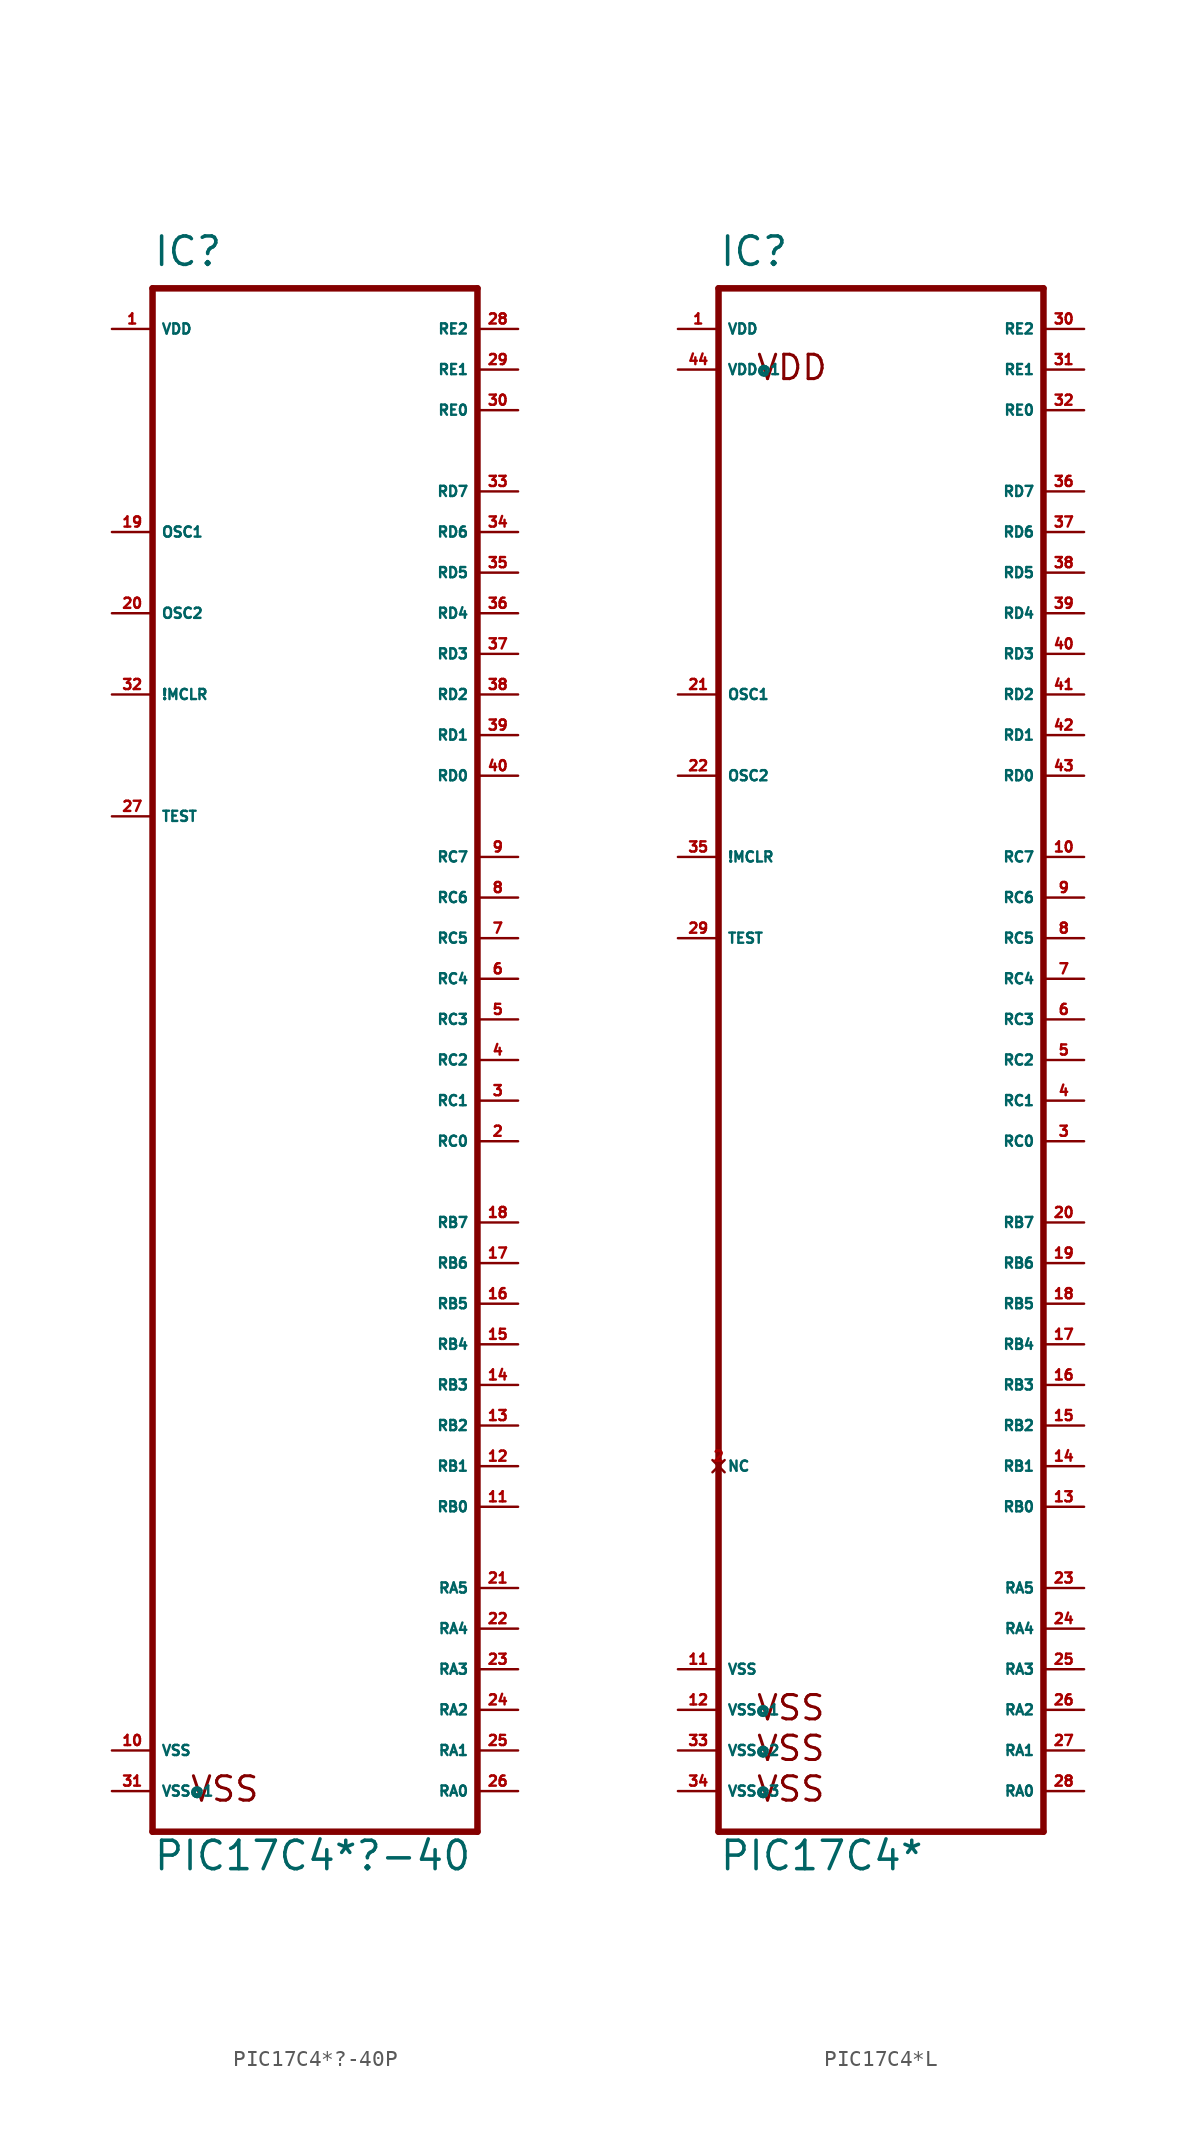
<source format=kicad_sym>
(kicad_symbol_lib
  (version 20220914)
  (generator Eagle2Kicad)
  (symbol "PIC17C4*?-40P"
    (property "Reference" "IC"
      (at -10.16 49.53 0)
      (effects (font (size 1.778 1.778) (thickness 0.22)) (justify left bottom)))
    (property "Value" "PIC17C4*?-40"
      (at -10.16 -50.8 0)
      (effects (font (size 1.778 1.778) (thickness 0.22)) (justify left bottom)))
    (polyline
      (pts (xy -10.16 -48.26) (xy 10.16 -48.26))
      (stroke (width 0.406) (type default))
      (fill (type none)))
    (polyline
      (pts (xy 10.16 -48.26) (xy 10.16 48.26))
      (stroke (width 0.406) (type default))
      (fill (type none)))
    (polyline
      (pts (xy 10.16 48.26) (xy -10.16 48.26))
      (stroke (width 0.406) (type default))
      (fill (type none)))
    (polyline
      (pts (xy -10.16 48.26) (xy -10.16 -48.26))
      (stroke (width 0.406) (type default))
      (fill (type none)))
    (text "VSS"
      (at -7.874 -46.482 0)
      (effects (font (size 1.524 1.524) (thickness 0.19)) (justify left bottom)))
    (pin input line
      (at -12.7 22.86 0)
      (length 2.54)
      (name "!MCLR" (effects (font (size 0.635 0.635) (thickness 0.08)) (justify left bottom)))
      (number "32" (effects (font (size 0.635 0.635) (thickness 0.08)) (justify left bottom))))
    (pin input line
      (at -12.7 33.02 0)
      (length 2.54)
      (name "OSC1" (effects (font (size 0.635 0.635) (thickness 0.08)) (justify left bottom)))
      (number "19" (effects (font (size 0.635 0.635) (thickness 0.08)) (justify left bottom))))
    (pin bidirectional line
      (at 12.7 -45.72 180)
      (length 2.54)
      (name "RA0" (effects (font (size 0.635 0.635) (thickness 0.08)) (justify left bottom)))
      (number "26" (effects (font (size 0.635 0.635) (thickness 0.08)) (justify left bottom))))
    (pin bidirectional line
      (at 12.7 -43.18 180)
      (length 2.54)
      (name "RA1" (effects (font (size 0.635 0.635) (thickness 0.08)) (justify left bottom)))
      (number "25" (effects (font (size 0.635 0.635) (thickness 0.08)) (justify left bottom))))
    (pin bidirectional line
      (at 12.7 -40.64 180)
      (length 2.54)
      (name "RA2" (effects (font (size 0.635 0.635) (thickness 0.08)) (justify left bottom)))
      (number "24" (effects (font (size 0.635 0.635) (thickness 0.08)) (justify left bottom))))
    (pin bidirectional line
      (at 12.7 -38.1 180)
      (length 2.54)
      (name "RA3" (effects (font (size 0.635 0.635) (thickness 0.08)) (justify left bottom)))
      (number "23" (effects (font (size 0.635 0.635) (thickness 0.08)) (justify left bottom))))
    (pin bidirectional line
      (at 12.7 -35.56 180)
      (length 2.54)
      (name "RA4" (effects (font (size 0.635 0.635) (thickness 0.08)) (justify left bottom)))
      (number "22" (effects (font (size 0.635 0.635) (thickness 0.08)) (justify left bottom))))
    (pin bidirectional line
      (at 12.7 -33.02 180)
      (length 2.54)
      (name "RA5" (effects (font (size 0.635 0.635) (thickness 0.08)) (justify left bottom)))
      (number "21" (effects (font (size 0.635 0.635) (thickness 0.08)) (justify left bottom))))
    (pin bidirectional line
      (at 12.7 -27.94 180)
      (length 2.54)
      (name "RB0" (effects (font (size 0.635 0.635) (thickness 0.08)) (justify left bottom)))
      (number "11" (effects (font (size 0.635 0.635) (thickness 0.08)) (justify left bottom))))
    (pin bidirectional line
      (at 12.7 -25.4 180)
      (length 2.54)
      (name "RB1" (effects (font (size 0.635 0.635) (thickness 0.08)) (justify left bottom)))
      (number "12" (effects (font (size 0.635 0.635) (thickness 0.08)) (justify left bottom))))
    (pin bidirectional line
      (at 12.7 -22.86 180)
      (length 2.54)
      (name "RB2" (effects (font (size 0.635 0.635) (thickness 0.08)) (justify left bottom)))
      (number "13" (effects (font (size 0.635 0.635) (thickness 0.08)) (justify left bottom))))
    (pin bidirectional line
      (at 12.7 -20.32 180)
      (length 2.54)
      (name "RB3" (effects (font (size 0.635 0.635) (thickness 0.08)) (justify left bottom)))
      (number "14" (effects (font (size 0.635 0.635) (thickness 0.08)) (justify left bottom))))
    (pin bidirectional line
      (at 12.7 -17.78 180)
      (length 2.54)
      (name "RB4" (effects (font (size 0.635 0.635) (thickness 0.08)) (justify left bottom)))
      (number "15" (effects (font (size 0.635 0.635) (thickness 0.08)) (justify left bottom))))
    (pin bidirectional line
      (at 12.7 -15.24 180)
      (length 2.54)
      (name "RB5" (effects (font (size 0.635 0.635) (thickness 0.08)) (justify left bottom)))
      (number "16" (effects (font (size 0.635 0.635) (thickness 0.08)) (justify left bottom))))
    (pin bidirectional line
      (at 12.7 -12.7 180)
      (length 2.54)
      (name "RB6" (effects (font (size 0.635 0.635) (thickness 0.08)) (justify left bottom)))
      (number "17" (effects (font (size 0.635 0.635) (thickness 0.08)) (justify left bottom))))
    (pin output line
      (at 12.7 -5.08 180)
      (length 2.54)
      (name "RC0" (effects (font (size 0.635 0.635) (thickness 0.08)) (justify left bottom)))
      (number "2" (effects (font (size 0.635 0.635) (thickness 0.08)) (justify left bottom))))
    (pin output line
      (at 12.7 -2.54 180)
      (length 2.54)
      (name "RC1" (effects (font (size 0.635 0.635) (thickness 0.08)) (justify left bottom)))
      (number "3" (effects (font (size 0.635 0.635) (thickness 0.08)) (justify left bottom))))
    (pin output line
      (at 12.7 0 180)
      (length 2.54)
      (name "RC2" (effects (font (size 0.635 0.635) (thickness 0.08)) (justify left bottom)))
      (number "4" (effects (font (size 0.635 0.635) (thickness 0.08)) (justify left bottom))))
    (pin output line
      (at 12.7 2.54 180)
      (length 2.54)
      (name "RC3" (effects (font (size 0.635 0.635) (thickness 0.08)) (justify left bottom)))
      (number "5" (effects (font (size 0.635 0.635) (thickness 0.08)) (justify left bottom))))
    (pin output line
      (at 12.7 5.08 180)
      (length 2.54)
      (name "RC4" (effects (font (size 0.635 0.635) (thickness 0.08)) (justify left bottom)))
      (number "6" (effects (font (size 0.635 0.635) (thickness 0.08)) (justify left bottom))))
    (pin output line
      (at 12.7 7.62 180)
      (length 2.54)
      (name "RC5" (effects (font (size 0.635 0.635) (thickness 0.08)) (justify left bottom)))
      (number "7" (effects (font (size 0.635 0.635) (thickness 0.08)) (justify left bottom))))
    (pin output line
      (at 12.7 10.16 180)
      (length 2.54)
      (name "RC6" (effects (font (size 0.635 0.635) (thickness 0.08)) (justify left bottom)))
      (number "8" (effects (font (size 0.635 0.635) (thickness 0.08)) (justify left bottom))))
    (pin output line
      (at 12.7 12.7 180)
      (length 2.54)
      (name "RC7" (effects (font (size 0.635 0.635) (thickness 0.08)) (justify left bottom)))
      (number "9" (effects (font (size 0.635 0.635) (thickness 0.08)) (justify left bottom))))
    (pin bidirectional line
      (at 12.7 -10.16 180)
      (length 2.54)
      (name "RB7" (effects (font (size 0.635 0.635) (thickness 0.08)) (justify left bottom)))
      (number "18" (effects (font (size 0.635 0.635) (thickness 0.08)) (justify left bottom))))
    (pin bidirectional line
      (at 12.7 17.78 180)
      (length 2.54)
      (name "RD0" (effects (font (size 0.635 0.635) (thickness 0.08)) (justify left bottom)))
      (number "40" (effects (font (size 0.635 0.635) (thickness 0.08)) (justify left bottom))))
    (pin bidirectional line
      (at 12.7 20.32 180)
      (length 2.54)
      (name "RD1" (effects (font (size 0.635 0.635) (thickness 0.08)) (justify left bottom)))
      (number "39" (effects (font (size 0.635 0.635) (thickness 0.08)) (justify left bottom))))
    (pin bidirectional line
      (at 12.7 22.86 180)
      (length 2.54)
      (name "RD2" (effects (font (size 0.635 0.635) (thickness 0.08)) (justify left bottom)))
      (number "38" (effects (font (size 0.635 0.635) (thickness 0.08)) (justify left bottom))))
    (pin bidirectional line
      (at 12.7 25.4 180)
      (length 2.54)
      (name "RD3" (effects (font (size 0.635 0.635) (thickness 0.08)) (justify left bottom)))
      (number "37" (effects (font (size 0.635 0.635) (thickness 0.08)) (justify left bottom))))
    (pin bidirectional line
      (at 12.7 27.94 180)
      (length 2.54)
      (name "RD4" (effects (font (size 0.635 0.635) (thickness 0.08)) (justify left bottom)))
      (number "36" (effects (font (size 0.635 0.635) (thickness 0.08)) (justify left bottom))))
    (pin bidirectional line
      (at 12.7 30.48 180)
      (length 2.54)
      (name "RD5" (effects (font (size 0.635 0.635) (thickness 0.08)) (justify left bottom)))
      (number "35" (effects (font (size 0.635 0.635) (thickness 0.08)) (justify left bottom))))
    (pin bidirectional line
      (at 12.7 33.02 180)
      (length 2.54)
      (name "RD6" (effects (font (size 0.635 0.635) (thickness 0.08)) (justify left bottom)))
      (number "34" (effects (font (size 0.635 0.635) (thickness 0.08)) (justify left bottom))))
    (pin bidirectional line
      (at 12.7 35.56 180)
      (length 2.54)
      (name "RD7" (effects (font (size 0.635 0.635) (thickness 0.08)) (justify left bottom)))
      (number "33" (effects (font (size 0.635 0.635) (thickness 0.08)) (justify left bottom))))
    (pin output line
      (at -12.7 27.94 0)
      (length 2.54)
      (name "OSC2" (effects (font (size 0.635 0.635) (thickness 0.08)) (justify left bottom)))
      (number "20" (effects (font (size 0.635 0.635) (thickness 0.08)) (justify left bottom))))
    (pin unspecified line
      (at -12.7 -45.72 0)
      (length 2.54)
      (name "VSS@1" (effects (font (size 0.635 0.635) (thickness 0.08)) (justify left bottom)))
      (number "31" (effects (font (size 0.635 0.635) (thickness 0.08)) (justify left bottom))))
    (pin unspecified line
      (at -12.7 -43.18 0)
      (length 2.54)
      (name "VSS" (effects (font (size 0.635 0.635) (thickness 0.08)) (justify left bottom)))
      (number "10" (effects (font (size 0.635 0.635) (thickness 0.08)) (justify left bottom))))
    (pin input line
      (at -12.7 15.24 0)
      (length 2.54)
      (name "TEST" (effects (font (size 0.635 0.635) (thickness 0.08)) (justify left bottom)))
      (number "27" (effects (font (size 0.635 0.635) (thickness 0.08)) (justify left bottom))))
    (pin unspecified line
      (at -12.7 45.72 0)
      (length 2.54)
      (name "VDD" (effects (font (size 0.635 0.635) (thickness 0.08)) (justify left bottom)))
      (number "1" (effects (font (size 0.635 0.635) (thickness 0.08)) (justify left bottom))))
    (pin bidirectional line
      (at 12.7 40.64 180)
      (length 2.54)
      (name "RE0" (effects (font (size 0.635 0.635) (thickness 0.08)) (justify left bottom)))
      (number "30" (effects (font (size 0.635 0.635) (thickness 0.08)) (justify left bottom))))
    (pin bidirectional line
      (at 12.7 43.18 180)
      (length 2.54)
      (name "RE1" (effects (font (size 0.635 0.635) (thickness 0.08)) (justify left bottom)))
      (number "29" (effects (font (size 0.635 0.635) (thickness 0.08)) (justify left bottom))))
    (pin bidirectional line
      (at 12.7 45.72 180)
      (length 2.54)
      (name "RE2" (effects (font (size 0.635 0.635) (thickness 0.08)) (justify left bottom)))
      (number "28" (effects (font (size 0.635 0.635) (thickness 0.08)) (justify left bottom)))))
  (symbol "PIC17C4*L"
    (property "Reference" "IC"
      (at -10.16 44.45 0)
      (effects (font (size 1.778 1.778) (thickness 0.22)) (justify left bottom)))
    (property "Value" "PIC17C4*"
      (at -10.16 -55.88 0)
      (effects (font (size 1.778 1.778) (thickness 0.22)) (justify left bottom)))
    (polyline
      (pts (xy -10.16 -53.34) (xy 10.16 -53.34))
      (stroke (width 0.406) (type default))
      (fill (type none)))
    (polyline
      (pts (xy 10.16 -53.34) (xy 10.16 43.18))
      (stroke (width 0.406) (type default))
      (fill (type none)))
    (polyline
      (pts (xy 10.16 43.18) (xy -10.16 43.18))
      (stroke (width 0.406) (type default))
      (fill (type none)))
    (polyline
      (pts (xy -10.16 43.18) (xy -10.16 -53.34))
      (stroke (width 0.406) (type default))
      (fill (type none)))
    (text "VDD"
      (at -7.874 37.338 0)
      (effects (font (size 1.524 1.524) (thickness 0.19)) (justify left bottom)))
    (text "VSS "
      (at -7.874 -46.482 0)
      (effects (font (size 1.524 1.524) (thickness 0.19)) (justify left bottom)))
    (text "VSS  "
      (at -7.874 -49.022 0)
      (effects (font (size 1.524 1.524) (thickness 0.19)) (justify left bottom)))
    (text "VSS   "
      (at -7.874 -51.562 0)
      (effects (font (size 1.524 1.524) (thickness 0.19)) (justify left bottom)))
    (pin input line
      (at -12.7 7.62 0)
      (length 2.54)
      (name "!MCLR" (effects (font (size 0.635 0.635) (thickness 0.08)) (justify left bottom)))
      (number "35" (effects (font (size 0.635 0.635) (thickness 0.08)) (justify left bottom))))
    (pin input line
      (at -12.7 17.78 0)
      (length 2.54)
      (name "OSC1" (effects (font (size 0.635 0.635) (thickness 0.08)) (justify left bottom)))
      (number "21" (effects (font (size 0.635 0.635) (thickness 0.08)) (justify left bottom))))
    (pin bidirectional line
      (at 12.7 -50.8 180)
      (length 2.54)
      (name "RA0" (effects (font (size 0.635 0.635) (thickness 0.08)) (justify left bottom)))
      (number "28" (effects (font (size 0.635 0.635) (thickness 0.08)) (justify left bottom))))
    (pin bidirectional line
      (at 12.7 -48.26 180)
      (length 2.54)
      (name "RA1" (effects (font (size 0.635 0.635) (thickness 0.08)) (justify left bottom)))
      (number "27" (effects (font (size 0.635 0.635) (thickness 0.08)) (justify left bottom))))
    (pin bidirectional line
      (at 12.7 -45.72 180)
      (length 2.54)
      (name "RA2" (effects (font (size 0.635 0.635) (thickness 0.08)) (justify left bottom)))
      (number "26" (effects (font (size 0.635 0.635) (thickness 0.08)) (justify left bottom))))
    (pin bidirectional line
      (at 12.7 -43.18 180)
      (length 2.54)
      (name "RA3" (effects (font (size 0.635 0.635) (thickness 0.08)) (justify left bottom)))
      (number "25" (effects (font (size 0.635 0.635) (thickness 0.08)) (justify left bottom))))
    (pin bidirectional line
      (at 12.7 -40.64 180)
      (length 2.54)
      (name "RA4" (effects (font (size 0.635 0.635) (thickness 0.08)) (justify left bottom)))
      (number "24" (effects (font (size 0.635 0.635) (thickness 0.08)) (justify left bottom))))
    (pin bidirectional line
      (at 12.7 -38.1 180)
      (length 2.54)
      (name "RA5" (effects (font (size 0.635 0.635) (thickness 0.08)) (justify left bottom)))
      (number "23" (effects (font (size 0.635 0.635) (thickness 0.08)) (justify left bottom))))
    (pin bidirectional line
      (at 12.7 -33.02 180)
      (length 2.54)
      (name "RB0" (effects (font (size 0.635 0.635) (thickness 0.08)) (justify left bottom)))
      (number "13" (effects (font (size 0.635 0.635) (thickness 0.08)) (justify left bottom))))
    (pin bidirectional line
      (at 12.7 -30.48 180)
      (length 2.54)
      (name "RB1" (effects (font (size 0.635 0.635) (thickness 0.08)) (justify left bottom)))
      (number "14" (effects (font (size 0.635 0.635) (thickness 0.08)) (justify left bottom))))
    (pin bidirectional line
      (at 12.7 -27.94 180)
      (length 2.54)
      (name "RB2" (effects (font (size 0.635 0.635) (thickness 0.08)) (justify left bottom)))
      (number "15" (effects (font (size 0.635 0.635) (thickness 0.08)) (justify left bottom))))
    (pin bidirectional line
      (at 12.7 -25.4 180)
      (length 2.54)
      (name "RB3" (effects (font (size 0.635 0.635) (thickness 0.08)) (justify left bottom)))
      (number "16" (effects (font (size 0.635 0.635) (thickness 0.08)) (justify left bottom))))
    (pin bidirectional line
      (at 12.7 -22.86 180)
      (length 2.54)
      (name "RB4" (effects (font (size 0.635 0.635) (thickness 0.08)) (justify left bottom)))
      (number "17" (effects (font (size 0.635 0.635) (thickness 0.08)) (justify left bottom))))
    (pin bidirectional line
      (at 12.7 -20.32 180)
      (length 2.54)
      (name "RB5" (effects (font (size 0.635 0.635) (thickness 0.08)) (justify left bottom)))
      (number "18" (effects (font (size 0.635 0.635) (thickness 0.08)) (justify left bottom))))
    (pin bidirectional line
      (at 12.7 -17.78 180)
      (length 2.54)
      (name "RB6" (effects (font (size 0.635 0.635) (thickness 0.08)) (justify left bottom)))
      (number "19" (effects (font (size 0.635 0.635) (thickness 0.08)) (justify left bottom))))
    (pin bidirectional line
      (at 12.7 -10.16 180)
      (length 2.54)
      (name "RC0" (effects (font (size 0.635 0.635) (thickness 0.08)) (justify left bottom)))
      (number "3" (effects (font (size 0.635 0.635) (thickness 0.08)) (justify left bottom))))
    (pin bidirectional line
      (at 12.7 -7.62 180)
      (length 2.54)
      (name "RC1" (effects (font (size 0.635 0.635) (thickness 0.08)) (justify left bottom)))
      (number "4" (effects (font (size 0.635 0.635) (thickness 0.08)) (justify left bottom))))
    (pin bidirectional line
      (at 12.7 -5.08 180)
      (length 2.54)
      (name "RC2" (effects (font (size 0.635 0.635) (thickness 0.08)) (justify left bottom)))
      (number "5" (effects (font (size 0.635 0.635) (thickness 0.08)) (justify left bottom))))
    (pin bidirectional line
      (at 12.7 -2.54 180)
      (length 2.54)
      (name "RC3" (effects (font (size 0.635 0.635) (thickness 0.08)) (justify left bottom)))
      (number "6" (effects (font (size 0.635 0.635) (thickness 0.08)) (justify left bottom))))
    (pin bidirectional line
      (at 12.7 0 180)
      (length 2.54)
      (name "RC4" (effects (font (size 0.635 0.635) (thickness 0.08)) (justify left bottom)))
      (number "7" (effects (font (size 0.635 0.635) (thickness 0.08)) (justify left bottom))))
    (pin bidirectional line
      (at 12.7 2.54 180)
      (length 2.54)
      (name "RC5" (effects (font (size 0.635 0.635) (thickness 0.08)) (justify left bottom)))
      (number "8" (effects (font (size 0.635 0.635) (thickness 0.08)) (justify left bottom))))
    (pin bidirectional line
      (at 12.7 5.08 180)
      (length 2.54)
      (name "RC6" (effects (font (size 0.635 0.635) (thickness 0.08)) (justify left bottom)))
      (number "9" (effects (font (size 0.635 0.635) (thickness 0.08)) (justify left bottom))))
    (pin bidirectional line
      (at 12.7 7.62 180)
      (length 2.54)
      (name "RC7" (effects (font (size 0.635 0.635) (thickness 0.08)) (justify left bottom)))
      (number "10" (effects (font (size 0.635 0.635) (thickness 0.08)) (justify left bottom))))
    (pin bidirectional line
      (at 12.7 -15.24 180)
      (length 2.54)
      (name "RB7" (effects (font (size 0.635 0.635) (thickness 0.08)) (justify left bottom)))
      (number "20" (effects (font (size 0.635 0.635) (thickness 0.08)) (justify left bottom))))
    (pin bidirectional line
      (at 12.7 12.7 180)
      (length 2.54)
      (name "RD0" (effects (font (size 0.635 0.635) (thickness 0.08)) (justify left bottom)))
      (number "43" (effects (font (size 0.635 0.635) (thickness 0.08)) (justify left bottom))))
    (pin bidirectional line
      (at 12.7 15.24 180)
      (length 2.54)
      (name "RD1" (effects (font (size 0.635 0.635) (thickness 0.08)) (justify left bottom)))
      (number "42" (effects (font (size 0.635 0.635) (thickness 0.08)) (justify left bottom))))
    (pin bidirectional line
      (at 12.7 17.78 180)
      (length 2.54)
      (name "RD2" (effects (font (size 0.635 0.635) (thickness 0.08)) (justify left bottom)))
      (number "41" (effects (font (size 0.635 0.635) (thickness 0.08)) (justify left bottom))))
    (pin bidirectional line
      (at 12.7 20.32 180)
      (length 2.54)
      (name "RD3" (effects (font (size 0.635 0.635) (thickness 0.08)) (justify left bottom)))
      (number "40" (effects (font (size 0.635 0.635) (thickness 0.08)) (justify left bottom))))
    (pin bidirectional line
      (at 12.7 22.86 180)
      (length 2.54)
      (name "RD4" (effects (font (size 0.635 0.635) (thickness 0.08)) (justify left bottom)))
      (number "39" (effects (font (size 0.635 0.635) (thickness 0.08)) (justify left bottom))))
    (pin bidirectional line
      (at 12.7 25.4 180)
      (length 2.54)
      (name "RD5" (effects (font (size 0.635 0.635) (thickness 0.08)) (justify left bottom)))
      (number "38" (effects (font (size 0.635 0.635) (thickness 0.08)) (justify left bottom))))
    (pin bidirectional line
      (at 12.7 27.94 180)
      (length 2.54)
      (name "RD6" (effects (font (size 0.635 0.635) (thickness 0.08)) (justify left bottom)))
      (number "37" (effects (font (size 0.635 0.635) (thickness 0.08)) (justify left bottom))))
    (pin bidirectional line
      (at 12.7 30.48 180)
      (length 2.54)
      (name "RD7" (effects (font (size 0.635 0.635) (thickness 0.08)) (justify left bottom)))
      (number "36" (effects (font (size 0.635 0.635) (thickness 0.08)) (justify left bottom))))
    (pin output line
      (at -12.7 12.7 0)
      (length 2.54)
      (name "OSC2" (effects (font (size 0.635 0.635) (thickness 0.08)) (justify left bottom)))
      (number "22" (effects (font (size 0.635 0.635) (thickness 0.08)) (justify left bottom))))
    (pin unspecified line
      (at -12.7 -45.72 0)
      (length 2.54)
      (name "VSS@1" (effects (font (size 0.635 0.635) (thickness 0.08)) (justify left bottom)))
      (number "12" (effects (font (size 0.635 0.635) (thickness 0.08)) (justify left bottom))))
    (pin unspecified line
      (at -12.7 -43.18 0)
      (length 2.54)
      (name "VSS" (effects (font (size 0.635 0.635) (thickness 0.08)) (justify left bottom)))
      (number "11" (effects (font (size 0.635 0.635) (thickness 0.08)) (justify left bottom))))
    (pin input line
      (at -12.7 2.54 0)
      (length 2.54)
      (name "TEST" (effects (font (size 0.635 0.635) (thickness 0.08)) (justify left bottom)))
      (number "29" (effects (font (size 0.635 0.635) (thickness 0.08)) (justify left bottom))))
    (pin unspecified line
      (at -12.7 40.64 0)
      (length 2.54)
      (name "VDD" (effects (font (size 0.635 0.635) (thickness 0.08)) (justify left bottom)))
      (number "1" (effects (font (size 0.635 0.635) (thickness 0.08)) (justify left bottom))))
    (pin bidirectional line
      (at 12.7 35.56 180)
      (length 2.54)
      (name "RE0" (effects (font (size 0.635 0.635) (thickness 0.08)) (justify left bottom)))
      (number "32" (effects (font (size 0.635 0.635) (thickness 0.08)) (justify left bottom))))
    (pin bidirectional line
      (at 12.7 38.1 180)
      (length 2.54)
      (name "RE1" (effects (font (size 0.635 0.635) (thickness 0.08)) (justify left bottom)))
      (number "31" (effects (font (size 0.635 0.635) (thickness 0.08)) (justify left bottom))))
    (pin bidirectional line
      (at 12.7 40.64 180)
      (length 2.54)
      (name "RE2" (effects (font (size 0.635 0.635) (thickness 0.08)) (justify left bottom)))
      (number "30" (effects (font (size 0.635 0.635) (thickness 0.08)) (justify left bottom))))
    (pin unspecified line
      (at -12.7 -48.26 0)
      (length 2.54)
      (name "VSS@2" (effects (font (size 0.635 0.635) (thickness 0.08)) (justify left bottom)))
      (number "33" (effects (font (size 0.635 0.635) (thickness 0.08)) (justify left bottom))))
    (pin unspecified line
      (at -12.7 -50.8 0)
      (length 2.54)
      (name "VSS@3" (effects (font (size 0.635 0.635) (thickness 0.08)) (justify left bottom)))
      (number "34" (effects (font (size 0.635 0.635) (thickness 0.08)) (justify left bottom))))
    (pin unspecified line
      (at -12.7 38.1 0)
      (length 2.54)
      (name "VDD@1" (effects (font (size 0.635 0.635) (thickness 0.08)) (justify left bottom)))
      (number "44" (effects (font (size 0.635 0.635) (thickness 0.08)) (justify left bottom))))
    (pin no_connect line
      (at -10.16 -30.48 0)
      (length 0)
      (name "NC" (effects (font (size 0.635 0.635) (thickness 0.08)) (justify left bottom) hide))
      (number "2" (effects (font (size 0.635 0.635) (thickness 0.08)) (justify left bottom) hide)))))
</source>
